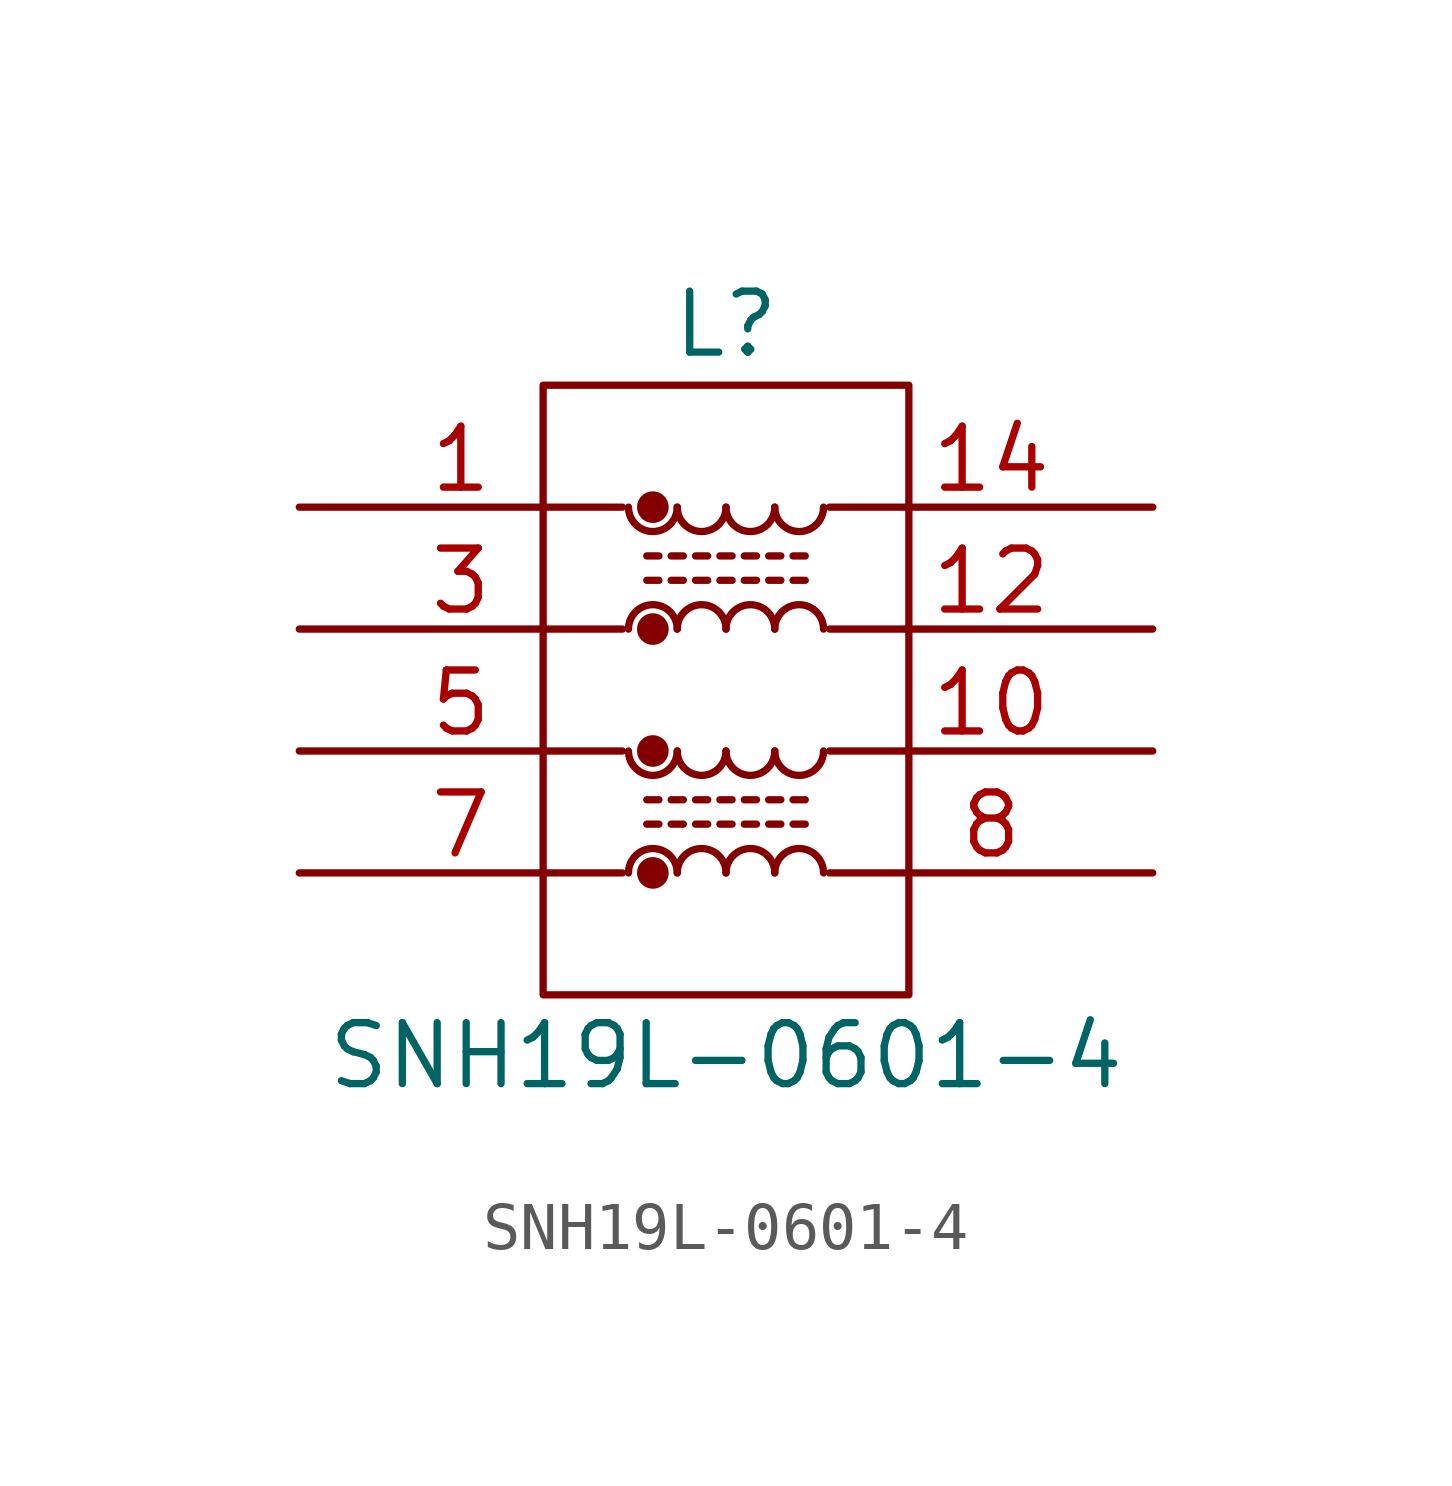
<source format=kicad_sym>
(kicad_symbol_lib
  (version 20211014)
  (generator kicad_symbol_editor)
  (symbol "SNH19L-0601-4"
    (pin_names
      (offset 0.254) hide)
    (property "Reference" "L"
      (at 0 7.62 0)
      (effects (font (size 1.27 1.27))))
    (property "Value" "SNH19L-0601-4"
      (at 0 -7.62 0)
      (effects (font (size 1.27 1.27))))
    (symbol "SNH19L-0601-4_0_1"
      (arc (start -2.032 -1.27) (mid -1.524 -1.778) (end -1.016 -1.27) (stroke (width 0) (type default) (color 0 0 0 0)) (fill (type none)))
      (arc (start -2.032 3.81) (mid -1.524 3.302) (end -1.016 3.81) (stroke (width 0) (type default) (color 0 0 0 0)) (fill (type none)))
      (circle (center -1.524 -3.81) (radius 0.254) (stroke (width 0) (type default) (color 0 0 0 0)) (fill (type outline)))
      (circle (center -1.524 -1.27) (radius 0.254) (stroke (width 0) (type default) (color 0 0 0 0)) (fill (type outline)))
      (circle (center -1.524 1.27) (radius 0.254) (stroke (width 0) (type default) (color 0 0 0 0)) (fill (type outline)))
      (circle (center -1.524 3.81) (radius 0.254) (stroke (width 0) (type default) (color 0 0 0 0)) (fill (type outline)))
      (arc (start -1.016 -3.81) (mid -1.524 -3.302) (end -2.032 -3.81) (stroke (width 0) (type default) (color 0 0 0 0)) (fill (type none)))
      (arc (start -1.016 -1.27) (mid -0.508 -1.778) (end 0 -1.27) (stroke (width 0) (type default) (color 0 0 0 0)) (fill (type none)))
      (arc (start -1.016 1.27) (mid -1.524 1.778) (end -2.032 1.27) (stroke (width 0) (type default) (color 0 0 0 0)) (fill (type none)))
      (arc (start -1.016 3.81) (mid -0.508 3.302) (end 0 3.81) (stroke (width 0) (type default) (color 0 0 0 0)) (fill (type none)))
      (arc (start 0 -3.81) (mid -0.508 -3.302) (end -1.016 -3.81) (stroke (width 0) (type default) (color 0 0 0 0)) (fill (type none)))
      (arc (start 0 -1.27) (mid 0.508 -1.778) (end 1.016 -1.27) (stroke (width 0) (type default) (color 0 0 0 0)) (fill (type none)))
      (polyline (pts (xy -1.651 -2.286) (xy -1.397 -2.286)) (stroke (width 0) (type default) (color 0 0 0 0)) (fill (type none)))
      (polyline (pts (xy -1.651 2.794) (xy -1.397 2.794)) (stroke (width 0) (type default) (color 0 0 0 0)) (fill (type none)))
      (polyline (pts (xy -1.397 -2.794) (xy -1.651 -2.794)) (stroke (width 0) (type default) (color 0 0 0 0)) (fill (type none)))
      (polyline (pts (xy -1.397 2.286) (xy -1.651 2.286)) (stroke (width 0) (type default) (color 0 0 0 0)) (fill (type none)))
      (polyline (pts (xy -1.143 -2.286) (xy -0.889 -2.286)) (stroke (width 0) (type default) (color 0 0 0 0)) (fill (type none)))
      (polyline (pts (xy -1.143 2.794) (xy -0.889 2.794)) (stroke (width 0) (type default) (color 0 0 0 0)) (fill (type none)))
      (polyline (pts (xy -0.889 -2.794) (xy -1.143 -2.794)) (stroke (width 0) (type default) (color 0 0 0 0)) (fill (type none)))
      (polyline (pts (xy -0.889 2.286) (xy -1.143 2.286)) (stroke (width 0) (type default) (color 0 0 0 0)) (fill (type none)))
      (polyline (pts (xy -0.635 -2.286) (xy -0.381 -2.286)) (stroke (width 0) (type default) (color 0 0 0 0)) (fill (type none)))
      (polyline (pts (xy -0.635 2.794) (xy -0.381 2.794)) (stroke (width 0) (type default) (color 0 0 0 0)) (fill (type none)))
      (polyline (pts (xy -0.381 -2.794) (xy -0.635 -2.794)) (stroke (width 0) (type default) (color 0 0 0 0)) (fill (type none)))
      (polyline (pts (xy -0.381 2.286) (xy -0.635 2.286)) (stroke (width 0) (type default) (color 0 0 0 0)) (fill (type none)))
      (polyline (pts (xy -0.127 -2.286) (xy 0.127 -2.286)) (stroke (width 0) (type default) (color 0 0 0 0)) (fill (type none)))
      (polyline (pts (xy -0.127 2.794) (xy 0.127 2.794)) (stroke (width 0) (type default) (color 0 0 0 0)) (fill (type none)))
      (polyline (pts (xy 0.127 -2.794) (xy -0.127 -2.794)) (stroke (width 0) (type default) (color 0 0 0 0)) (fill (type none)))
      (polyline (pts (xy 0.127 2.286) (xy -0.127 2.286)) (stroke (width 0) (type default) (color 0 0 0 0)) (fill (type none)))
      (polyline (pts (xy 0.381 -2.286) (xy 0.635 -2.286)) (stroke (width 0) (type default) (color 0 0 0 0)) (fill (type none)))
      (polyline (pts (xy 0.381 2.794) (xy 0.635 2.794)) (stroke (width 0) (type default) (color 0 0 0 0)) (fill (type none)))
      (polyline (pts (xy 0.635 -2.794) (xy 0.381 -2.794)) (stroke (width 0) (type default) (color 0 0 0 0)) (fill (type none)))
      (polyline (pts (xy 0.635 2.286) (xy 0.381 2.286)) (stroke (width 0) (type default) (color 0 0 0 0)) (fill (type none)))
      (polyline (pts (xy 0.889 -2.286) (xy 1.143 -2.286)) (stroke (width 0) (type default) (color 0 0 0 0)) (fill (type none)))
      (polyline (pts (xy 0.889 2.794) (xy 1.143 2.794)) (stroke (width 0) (type default) (color 0 0 0 0)) (fill (type none)))
      (polyline (pts (xy 1.143 -2.794) (xy 0.889 -2.794)) (stroke (width 0) (type default) (color 0 0 0 0)) (fill (type none)))
      (polyline (pts (xy 1.143 2.286) (xy 0.889 2.286)) (stroke (width 0) (type default) (color 0 0 0 0)) (fill (type none)))
      (polyline (pts (xy 1.397 -2.286) (xy 1.651 -2.286)) (stroke (width 0) (type default) (color 0 0 0 0)) (fill (type none)))
      (polyline (pts (xy 1.397 2.794) (xy 1.651 2.794)) (stroke (width 0) (type default) (color 0 0 0 0)) (fill (type none)))
      (polyline (pts (xy 1.651 -2.794) (xy 1.397 -2.794)) (stroke (width 0) (type default) (color 0 0 0 0)) (fill (type none)))
      (polyline (pts (xy 1.651 2.286) (xy 1.397 2.286)) (stroke (width 0) (type default) (color 0 0 0 0)) (fill (type none)))
      (polyline (pts (xy -3.81 6.35) (xy 3.81 6.35) (xy 3.81 -6.35) (xy -3.81 -6.35) (xy -3.81 6.35)) (stroke (width 0.152) (type default) (color 0 0 0 0)) (fill (type none)))
      (arc (start 0 1.27) (mid -0.508 1.778) (end -1.016 1.27) (stroke (width 0) (type default) (color 0 0 0 0)) (fill (type none)))
      (arc (start 0 3.81) (mid 0.508 3.302) (end 1.016 3.81) (stroke (width 0) (type default) (color 0 0 0 0)) (fill (type none)))
      (arc (start 1.016 -3.81) (mid 0.508 -3.302) (end 0 -3.81) (stroke (width 0) (type default) (color 0 0 0 0)) (fill (type none)))
      (arc (start 1.016 -1.27) (mid 1.524 -1.778) (end 2.032 -1.27) (stroke (width 0) (type default) (color 0 0 0 0)) (fill (type none)))
      (arc (start 1.016 1.27) (mid 0.508 1.778) (end 0 1.27) (stroke (width 0) (type default) (color 0 0 0 0)) (fill (type none)))
      (arc (start 1.016 3.81) (mid 1.524 3.302) (end 2.032 3.81) (stroke (width 0) (type default) (color 0 0 0 0)) (fill (type none)))
      (arc (start 2.032 -3.81) (mid 1.524 -3.302) (end 1.016 -3.81) (stroke (width 0) (type default) (color 0 0 0 0)) (fill (type none)))
      (arc (start 2.032 1.27) (mid 1.524 1.778) (end 1.016 1.27) (stroke (width 0) (type default) (color 0 0 0 0)) (fill (type none))))
    (symbol "SNH19L-0601-4_1_1"
      (pin passive line (at -8.89 3.81 0) (length 6.731) (name "1" (effects (font (size 1.27 1.27)))) (number "1" (effects (font (size 1.27 1.27)))))
      (pin passive line (at 8.89 -1.27 180) (length 6.731) (name "10" (effects (font (size 1.27 1.27)))) (number "10" (effects (font (size 1.27 1.27)))))
      (pin passive line (at 8.89 1.27 180) (length 6.731) (name "12" (effects (font (size 1.27 1.27)))) (number "12" (effects (font (size 1.27 1.27)))))
      (pin passive line (at 8.89 3.81 180) (length 6.731) (name "14" (effects (font (size 1.27 1.27)))) (number "14" (effects (font (size 1.27 1.27)))))
      (pin passive line (at -8.89 1.27 0) (length 6.731) (name "3" (effects (font (size 1.27 1.27)))) (number "3" (effects (font (size 1.27 1.27)))))
      (pin passive line (at -8.89 -1.27 0) (length 6.731) (name "5" (effects (font (size 1.27 1.27)))) (number "5" (effects (font (size 1.27 1.27)))))
      (pin passive line (at -8.89 -3.81 0) (length 6.731) (name "7" (effects (font (size 1.27 1.27)))) (number "7" (effects (font (size 1.27 1.27)))))
      (pin passive line (at 8.89 -3.81 180) (length 6.731) (name "8" (effects (font (size 1.27 1.27)))) (number "8" (effects (font (size 1.27 1.27))))))))
</source>
